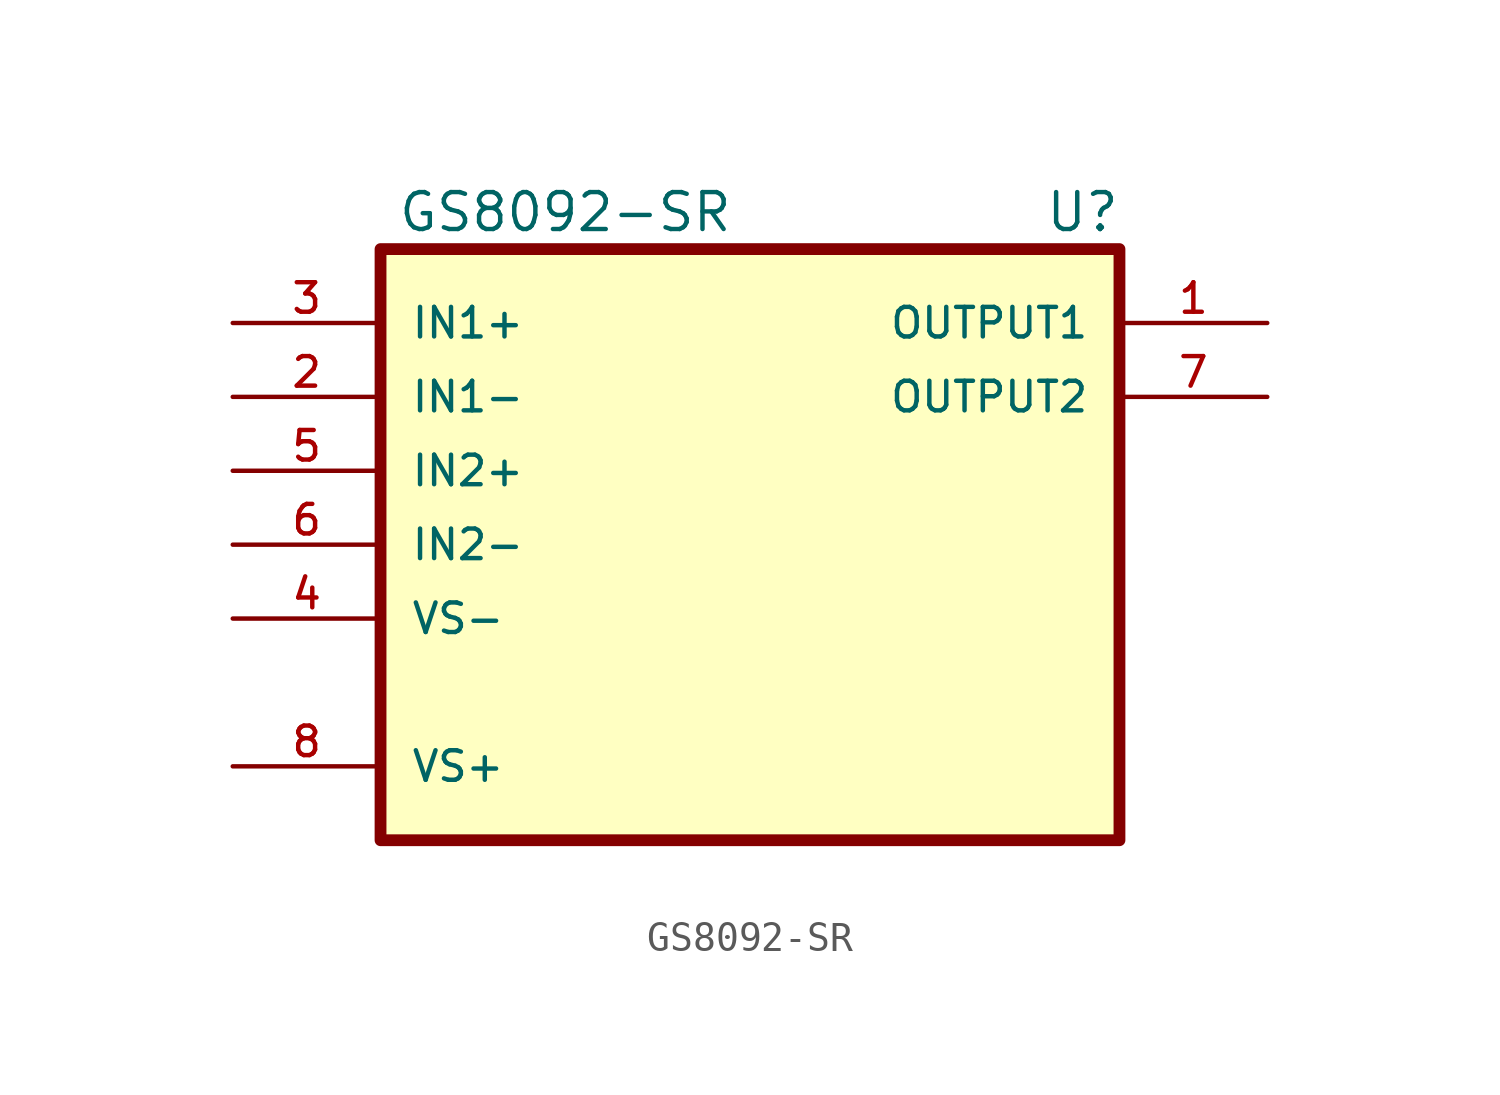
<source format=kicad_sym>
(kicad_symbol_lib
  (version 20211014)
  (generator kicad_symbol_editor)
  (symbol "GS8092-SR"
    (pin_names
      (offset 1.016))
    (property "Reference" "U"
      (at 11.43 11.43 0)
      (effects (font (size 1.27 1.27))))
    (property "Value" "GS8092-SR"
      (at -6.35 11.43 0)
      (effects (font (size 1.27 1.27))))
    (symbol "GS8092-SR_1_1"
      (rectangle (start -12.7 -10.16) (end 12.7 10.16) (stroke (width 0.406) (type default) (color 0 0 0 0)) (fill (type background)))
      (pin output line (at 17.78 7.62 180) (length 5.08) (name "OUTPUT1" (effects (font (size 1.016 1.016)))) (number "1" (effects (font (size 1.016 1.016)))))
      (pin input line (at -17.78 5.08 0) (length 5.08) (name "IN1-" (effects (font (size 1.016 1.016)))) (number "2" (effects (font (size 1.016 1.016)))))
      (pin input line (at -17.78 7.62 0) (length 5.08) (name "IN1+" (effects (font (size 1.016 1.016)))) (number "3" (effects (font (size 1.016 1.016)))))
      (pin input line (at -17.78 -2.54 0) (length 5.08) (name "VS-" (effects (font (size 1.016 1.016)))) (number "4" (effects (font (size 1.016 1.016)))))
      (pin input line (at -17.78 2.54 0) (length 5.08) (name "IN2+" (effects (font (size 1.016 1.016)))) (number "5" (effects (font (size 1.016 1.016)))))
      (pin input line (at -17.78 0 0) (length 5.08) (name "IN2-" (effects (font (size 1.016 1.016)))) (number "6" (effects (font (size 1.016 1.016)))))
      (pin output line (at 17.78 5.08 180) (length 5.08) (name "OUTPUT2" (effects (font (size 1.016 1.016)))) (number "7" (effects (font (size 1.016 1.016)))))
      (pin bidirectional line (at -17.78 -7.62 0) (length 5.08) (name "VS+" (effects (font (size 1.016 1.016)))) (number "8" (effects (font (size 1.016 1.016))))))))
</source>
